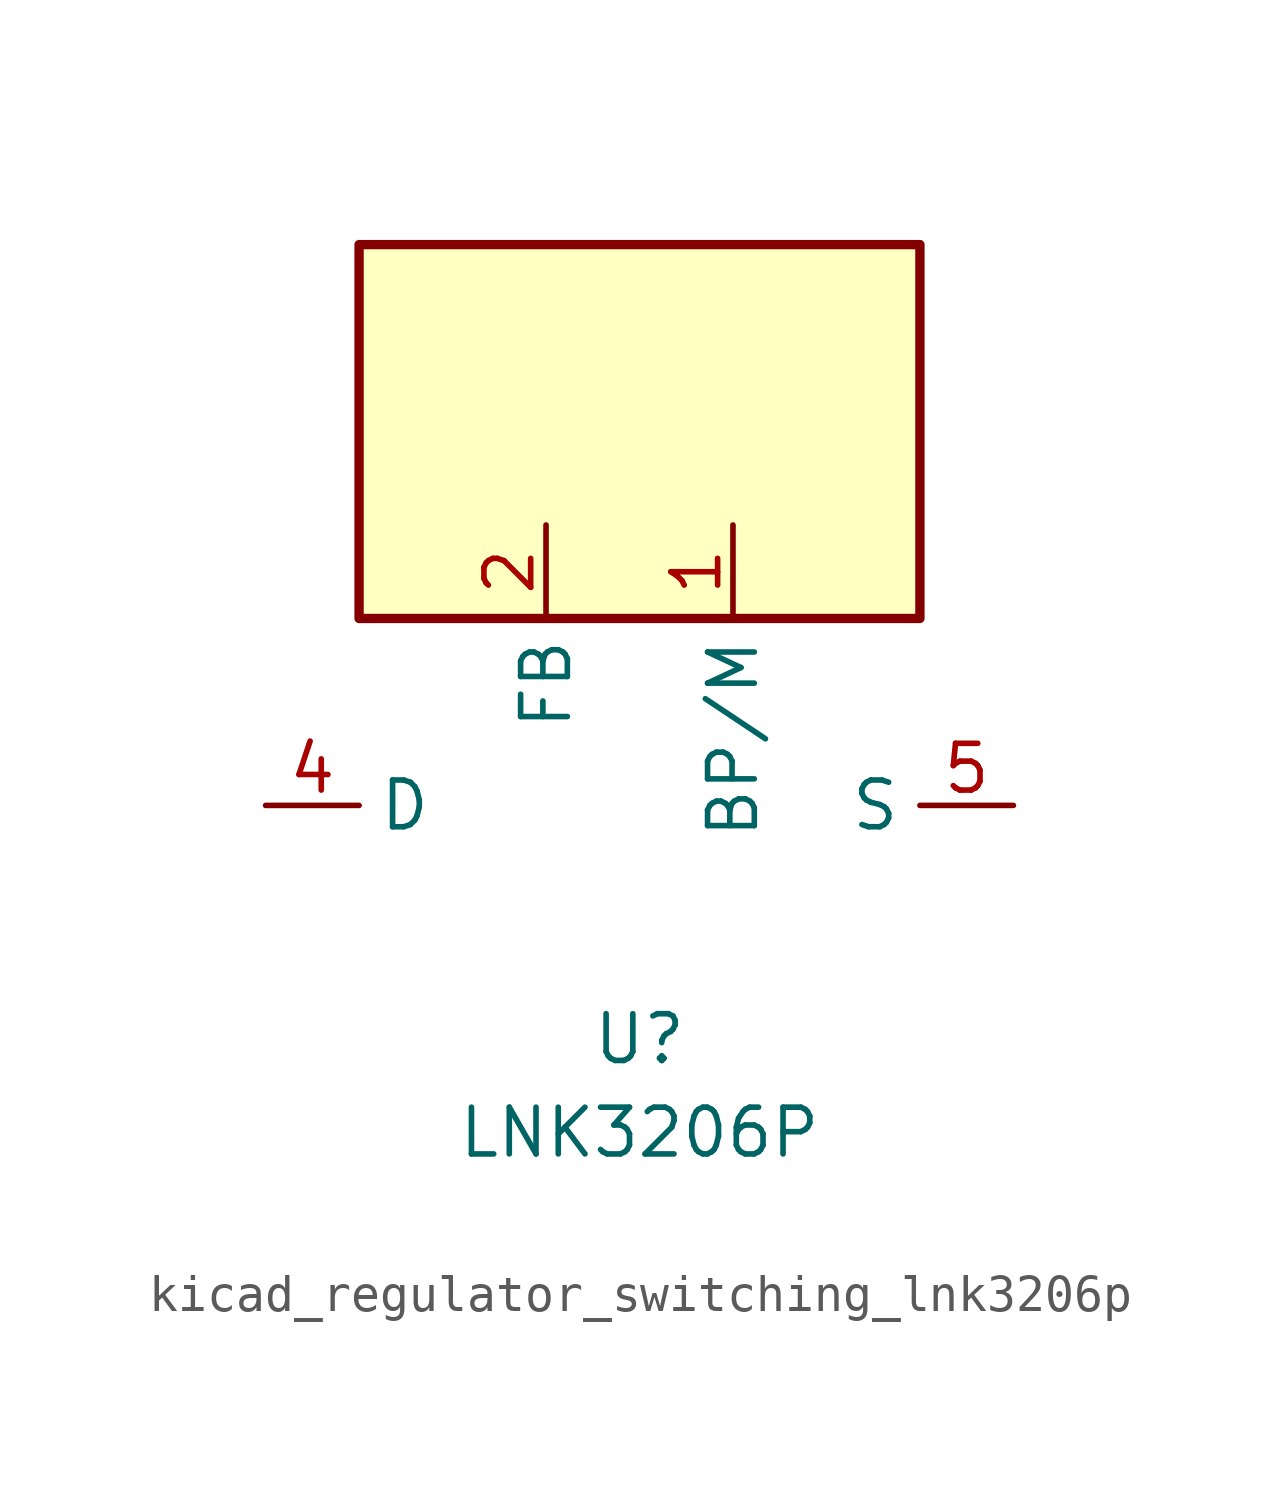
<source format=kicad_sym>
(kicad_symbol_lib
  (version 20220914)
  (generator kicad_symbol_editor)
  (symbol "kicad_regulator_switching_lnk3206p"
    (property "Reference" "U"
      (at 0 -6.35 0)
      (effects (font (size 1.27 1.27))))
    (property "Value" "LNK3206P"
      (at 0 -8.89 0)
      (effects (font (size 1.27 1.27))))
    (symbol "kicad_regulator_switching_lnk3206p_0_1"
      (rectangle (start 7.62 15.24) (end -7.62 5.08) (stroke (width 0.254) (type default)) (fill (type background))))
    (symbol "kicad_regulator_switching_lnk3206p_1_1"
      (pin input line (at 2.54 7.62 270) (length 2.54) (name "BP/M" (effects (font (size 1.27 1.27)))) (number "1" (effects (font (size 1.27 1.27)))))
      (pin input line (at -2.54 7.62 270) (length 2.54) (name "FB" (effects (font (size 1.27 1.27)))) (number "2" (effects (font (size 1.27 1.27)))))
      (pin open_collector line (at -10.16 0 0) (length 2.54) (name "D" (effects (font (size 1.27 1.27)))) (number "4" (effects (font (size 1.27 1.27)))))
      (pin power_in line (at 10.16 0 180) (length 2.54) (name "S" (effects (font (size 1.27 1.27)))) (number "5" (effects (font (size 1.27 1.27)))))
      (pin passive line (at 10.16 0 180) (length 2.54) hide (name "S" (effects (font (size 1.27 1.27)))) (number "6" (effects (font (size 1.27 1.27)))))
      (pin passive line (at 10.16 0 180) (length 2.54) hide (name "S" (effects (font (size 1.27 1.27)))) (number "7" (effects (font (size 1.27 1.27)))))
      (pin passive line (at 10.16 0 180) (length 2.54) hide (name "S" (effects (font (size 1.27 1.27)))) (number "8" (effects (font (size 1.27 1.27))))))))
</source>
